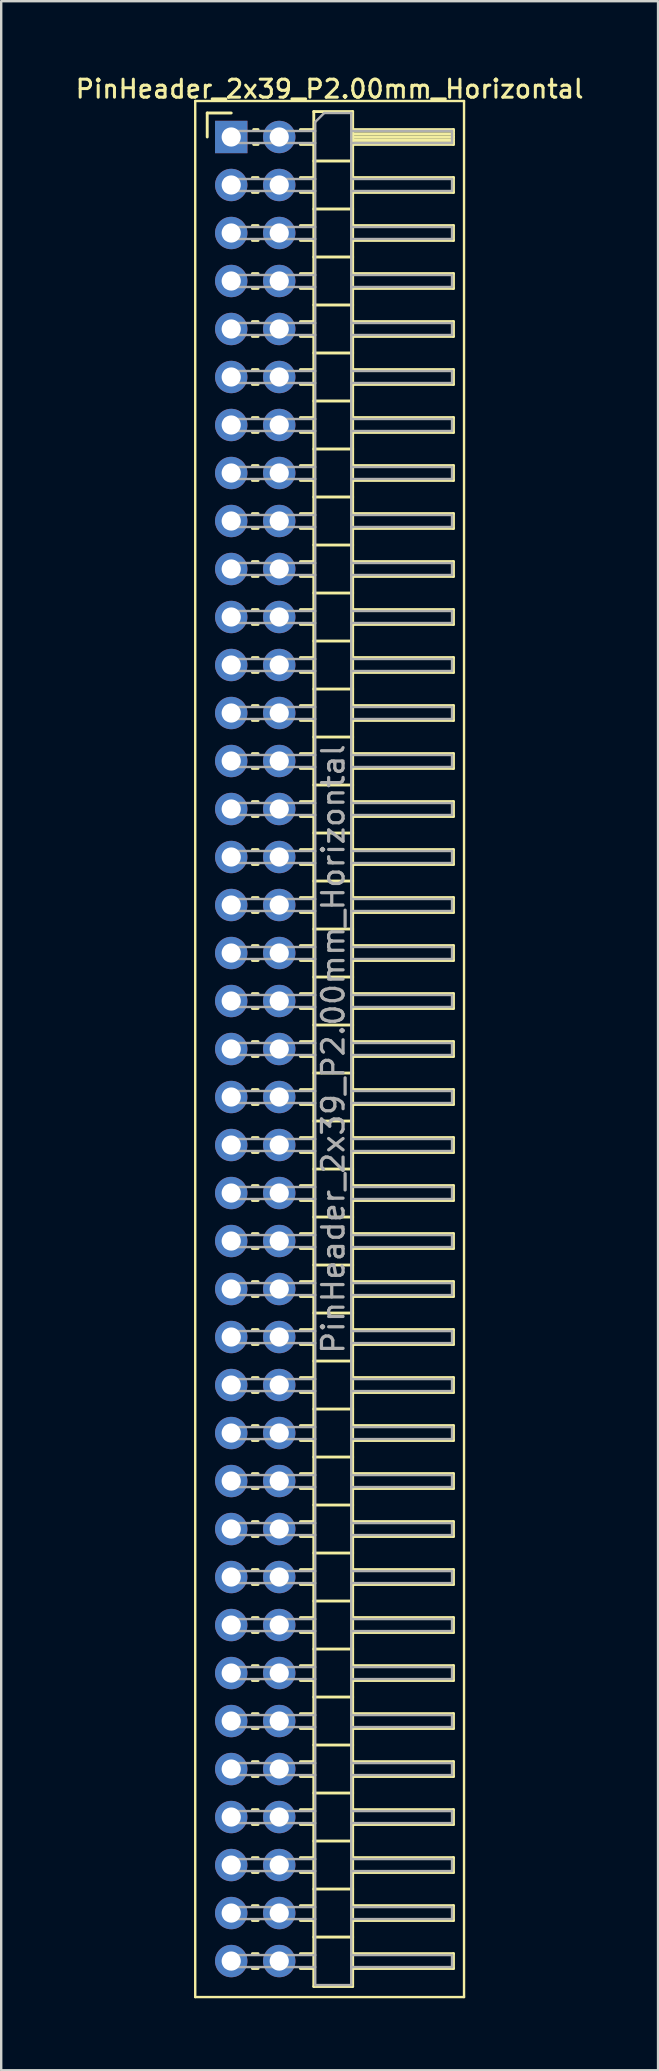
<source format=kicad_pcb>
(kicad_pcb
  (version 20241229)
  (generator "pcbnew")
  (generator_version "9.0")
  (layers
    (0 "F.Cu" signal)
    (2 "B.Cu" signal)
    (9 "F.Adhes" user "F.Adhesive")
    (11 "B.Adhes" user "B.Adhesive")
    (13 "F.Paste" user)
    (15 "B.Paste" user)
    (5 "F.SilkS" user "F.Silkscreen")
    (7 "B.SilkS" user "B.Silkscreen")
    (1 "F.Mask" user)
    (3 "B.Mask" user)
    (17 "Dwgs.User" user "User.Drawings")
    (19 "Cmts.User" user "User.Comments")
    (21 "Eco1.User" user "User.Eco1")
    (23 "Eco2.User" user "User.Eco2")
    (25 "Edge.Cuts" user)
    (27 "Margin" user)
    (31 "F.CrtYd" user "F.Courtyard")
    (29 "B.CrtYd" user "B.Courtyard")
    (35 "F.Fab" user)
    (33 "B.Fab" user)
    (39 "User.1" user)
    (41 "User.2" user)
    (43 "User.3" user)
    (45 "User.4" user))
  (footprint "PinHeader_2x39_P2.00mm_Horizontal"
    (layer "F.Cu")
    (at 6.584 2.658)
    (property "Reference" "PinHeader_2x39_P2.00mm_Horizontal" (at 4.1 -2 0) (layer "F.SilkS") (effects (font (size 0.75 0.75) (thickness 0.125))))
    (attr through_hole)
    (fp_line (start -1.5 -1.5) (end -1.5 77.5) (stroke (width 0.1) (type solid)) (layer "F.SilkS"))
    (fp_line (start -1.5 77.5) (end 9.7 77.5) (stroke (width 0.1) (type solid)) (layer "F.SilkS"))
    (fp_line (start -1 -1) (end 0 -1) (stroke (width 0.12) (type solid)) (layer "F.SilkS"))
    (fp_line (start -1 0) (end -1 -1) (stroke (width 0.12) (type solid)) (layer "F.SilkS"))
    (fp_line (start 0.882 1.69) (end 1.118 1.69) (stroke (width 0.12) (type solid)) (layer "F.SilkS"))
    (fp_line (start 0.882 2.31) (end 1.118 2.31) (stroke (width 0.12) (type solid)) (layer "F.SilkS"))
    (fp_line (start 0.882 3.69) (end 1.118 3.69) (stroke (width 0.12) (type solid)) (layer "F.SilkS"))
    (fp_line (start 0.882 4.31) (end 1.118 4.31) (stroke (width 0.12) (type solid)) (layer "F.SilkS"))
    (fp_line (start 0.882 5.69) (end 1.118 5.69) (stroke (width 0.12) (type solid)) (layer "F.SilkS"))
    (fp_line (start 0.882 6.31) (end 1.118 6.31) (stroke (width 0.12) (type solid)) (layer "F.SilkS"))
    (fp_line (start 0.882 7.69) (end 1.118 7.69) (stroke (width 0.12) (type solid)) (layer "F.SilkS"))
    (fp_line (start 0.882 8.31) (end 1.118 8.31) (stroke (width 0.12) (type solid)) (layer "F.SilkS"))
    (fp_line (start 0.882 9.69) (end 1.118 9.69) (stroke (width 0.12) (type solid)) (layer "F.SilkS"))
    (fp_line (start 0.882 10.31) (end 1.118 10.31) (stroke (width 0.12) (type solid)) (layer "F.SilkS"))
    (fp_line (start 0.882 11.69) (end 1.118 11.69) (stroke (width 0.12) (type solid)) (layer "F.SilkS"))
    (fp_line (start 0.882 12.31) (end 1.118 12.31) (stroke (width 0.12) (type solid)) (layer "F.SilkS"))
    (fp_line (start 0.882 13.69) (end 1.118 13.69) (stroke (width 0.12) (type solid)) (layer "F.SilkS"))
    (fp_line (start 0.882 14.31) (end 1.118 14.31) (stroke (width 0.12) (type solid)) (layer "F.SilkS"))
    (fp_line (start 0.882 15.69) (end 1.118 15.69) (stroke (width 0.12) (type solid)) (layer "F.SilkS"))
    (fp_line (start 0.882 16.31) (end 1.118 16.31) (stroke (width 0.12) (type solid)) (layer "F.SilkS"))
    (fp_line (start 0.882 17.69) (end 1.118 17.69) (stroke (width 0.12) (type solid)) (layer "F.SilkS"))
    (fp_line (start 0.882 18.31) (end 1.118 18.31) (stroke (width 0.12) (type solid)) (layer "F.SilkS"))
    (fp_line (start 0.882 19.69) (end 1.118 19.69) (stroke (width 0.12) (type solid)) (layer "F.SilkS"))
    (fp_line (start 0.882 20.31) (end 1.118 20.31) (stroke (width 0.12) (type solid)) (layer "F.SilkS"))
    (fp_line (start 0.882 21.69) (end 1.118 21.69) (stroke (width 0.12) (type solid)) (layer "F.SilkS"))
    (fp_line (start 0.882 22.31) (end 1.118 22.31) (stroke (width 0.12) (type solid)) (layer "F.SilkS"))
    (fp_line (start 0.882 23.69) (end 1.118 23.69) (stroke (width 0.12) (type solid)) (layer "F.SilkS"))
    (fp_line (start 0.882 24.31) (end 1.118 24.31) (stroke (width 0.12) (type solid)) (layer "F.SilkS"))
    (fp_line (start 0.882 25.69) (end 1.118 25.69) (stroke (width 0.12) (type solid)) (layer "F.SilkS"))
    (fp_line (start 0.882 26.31) (end 1.118 26.31) (stroke (width 0.12) (type solid)) (layer "F.SilkS"))
    (fp_line (start 0.882 27.69) (end 1.118 27.69) (stroke (width 0.12) (type solid)) (layer "F.SilkS"))
    (fp_line (start 0.882 28.31) (end 1.118 28.31) (stroke (width 0.12) (type solid)) (layer "F.SilkS"))
    (fp_line (start 0.882 29.69) (end 1.118 29.69) (stroke (width 0.12) (type solid)) (layer "F.SilkS"))
    (fp_line (start 0.882 30.31) (end 1.118 30.31) (stroke (width 0.12) (type solid)) (layer "F.SilkS"))
    (fp_line (start 0.882 31.69) (end 1.118 31.69) (stroke (width 0.12) (type solid)) (layer "F.SilkS"))
    (fp_line (start 0.882 32.31) (end 1.118 32.31) (stroke (width 0.12) (type solid)) (layer "F.SilkS"))
    (fp_line (start 0.882 33.69) (end 1.118 33.69) (stroke (width 0.12) (type solid)) (layer "F.SilkS"))
    (fp_line (start 0.882 34.31) (end 1.118 34.31) (stroke (width 0.12) (type solid)) (layer "F.SilkS"))
    (fp_line (start 0.882 35.69) (end 1.118 35.69) (stroke (width 0.12) (type solid)) (layer "F.SilkS"))
    (fp_line (start 0.882 36.31) (end 1.118 36.31) (stroke (width 0.12) (type solid)) (layer "F.SilkS"))
    (fp_line (start 0.882 37.69) (end 1.118 37.69) (stroke (width 0.12) (type solid)) (layer "F.SilkS"))
    (fp_line (start 0.882 38.31) (end 1.118 38.31) (stroke (width 0.12) (type solid)) (layer "F.SilkS"))
    (fp_line (start 0.882 39.69) (end 1.118 39.69) (stroke (width 0.12) (type solid)) (layer "F.SilkS"))
    (fp_line (start 0.882 40.31) (end 1.118 40.31) (stroke (width 0.12) (type solid)) (layer "F.SilkS"))
    (fp_line (start 0.882 41.69) (end 1.118 41.69) (stroke (width 0.12) (type solid)) (layer "F.SilkS"))
    (fp_line (start 0.882 42.31) (end 1.118 42.31) (stroke (width 0.12) (type solid)) (layer "F.SilkS"))
    (fp_line (start 0.882 43.69) (end 1.118 43.69) (stroke (width 0.12) (type solid)) (layer "F.SilkS"))
    (fp_line (start 0.882 44.31) (end 1.118 44.31) (stroke (width 0.12) (type solid)) (layer "F.SilkS"))
    (fp_line (start 0.882 45.69) (end 1.118 45.69) (stroke (width 0.12) (type solid)) (layer "F.SilkS"))
    (fp_line (start 0.882 46.31) (end 1.118 46.31) (stroke (width 0.12) (type solid)) (layer "F.SilkS"))
    (fp_line (start 0.882 47.69) (end 1.118 47.69) (stroke (width 0.12) (type solid)) (layer "F.SilkS"))
    (fp_line (start 0.882 48.31) (end 1.118 48.31) (stroke (width 0.12) (type solid)) (layer "F.SilkS"))
    (fp_line (start 0.882 49.69) (end 1.118 49.69) (stroke (width 0.12) (type solid)) (layer "F.SilkS"))
    (fp_line (start 0.882 50.31) (end 1.118 50.31) (stroke (width 0.12) (type solid)) (layer "F.SilkS"))
    (fp_line (start 0.882 51.69) (end 1.118 51.69) (stroke (width 0.12) (type solid)) (layer "F.SilkS"))
    (fp_line (start 0.882 52.31) (end 1.118 52.31) (stroke (width 0.12) (type solid)) (layer "F.SilkS"))
    (fp_line (start 0.882 53.69) (end 1.118 53.69) (stroke (width 0.12) (type solid)) (layer "F.SilkS"))
    (fp_line (start 0.882 54.31) (end 1.118 54.31) (stroke (width 0.12) (type solid)) (layer "F.SilkS"))
    (fp_line (start 0.882 55.69) (end 1.118 55.69) (stroke (width 0.12) (type solid)) (layer "F.SilkS"))
    (fp_line (start 0.882 56.31) (end 1.118 56.31) (stroke (width 0.12) (type solid)) (layer "F.SilkS"))
    (fp_line (start 0.882 57.69) (end 1.118 57.69) (stroke (width 0.12) (type solid)) (layer "F.SilkS"))
    (fp_line (start 0.882 58.31) (end 1.118 58.31) (stroke (width 0.12) (type solid)) (layer "F.SilkS"))
    (fp_line (start 0.882 59.69) (end 1.118 59.69) (stroke (width 0.12) (type solid)) (layer "F.SilkS"))
    (fp_line (start 0.882 60.31) (end 1.118 60.31) (stroke (width 0.12) (type solid)) (layer "F.SilkS"))
    (fp_line (start 0.882 61.69) (end 1.118 61.69) (stroke (width 0.12) (type solid)) (layer "F.SilkS"))
    (fp_line (start 0.882 62.31) (end 1.118 62.31) (stroke (width 0.12) (type solid)) (layer "F.SilkS"))
    (fp_line (start 0.882 63.69) (end 1.118 63.69) (stroke (width 0.12) (type solid)) (layer "F.SilkS"))
    (fp_line (start 0.882 64.31) (end 1.118 64.31) (stroke (width 0.12) (type solid)) (layer "F.SilkS"))
    (fp_line (start 0.882 65.69) (end 1.118 65.69) (stroke (width 0.12) (type solid)) (layer "F.SilkS"))
    (fp_line (start 0.882 66.31) (end 1.118 66.31) (stroke (width 0.12) (type solid)) (layer "F.SilkS"))
    (fp_line (start 0.882 67.69) (end 1.118 67.69) (stroke (width 0.12) (type solid)) (layer "F.SilkS"))
    (fp_line (start 0.882 68.31) (end 1.118 68.31) (stroke (width 0.12) (type solid)) (layer "F.SilkS"))
    (fp_line (start 0.882 69.69) (end 1.118 69.69) (stroke (width 0.12) (type solid)) (layer "F.SilkS"))
    (fp_line (start 0.882 70.31) (end 1.118 70.31) (stroke (width 0.12) (type solid)) (layer "F.SilkS"))
    (fp_line (start 0.882 71.69) (end 1.118 71.69) (stroke (width 0.12) (type solid)) (layer "F.SilkS"))
    (fp_line (start 0.882 72.31) (end 1.118 72.31) (stroke (width 0.12) (type solid)) (layer "F.SilkS"))
    (fp_line (start 0.882 73.69) (end 1.118 73.69) (stroke (width 0.12) (type solid)) (layer "F.SilkS"))
    (fp_line (start 0.882 74.31) (end 1.118 74.31) (stroke (width 0.12) (type solid)) (layer "F.SilkS"))
    (fp_line (start 0.882 75.69) (end 1.118 75.69) (stroke (width 0.12) (type solid)) (layer "F.SilkS"))
    (fp_line (start 0.882 76.31) (end 1.118 76.31) (stroke (width 0.12) (type solid)) (layer "F.SilkS"))
    (fp_line (start 0.935 -0.31) (end 1.118 -0.31) (stroke (width 0.12) (type solid)) (layer "F.SilkS"))
    (fp_line (start 0.935 0.31) (end 1.118 0.31) (stroke (width 0.12) (type solid)) (layer "F.SilkS"))
    (fp_line (start 2.882 -0.31) (end 3.44 -0.31) (stroke (width 0.12) (type solid)) (layer "F.SilkS"))
    (fp_line (start 2.882 0.31) (end 3.44 0.31) (stroke (width 0.12) (type solid)) (layer "F.SilkS"))
    (fp_line (start 2.882 1.69) (end 3.44 1.69) (stroke (width 0.12) (type solid)) (layer "F.SilkS"))
    (fp_line (start 2.882 2.31) (end 3.44 2.31) (stroke (width 0.12) (type solid)) (layer "F.SilkS"))
    (fp_line (start 2.882 3.69) (end 3.44 3.69) (stroke (width 0.12) (type solid)) (layer "F.SilkS"))
    (fp_line (start 2.882 4.31) (end 3.44 4.31) (stroke (width 0.12) (type solid)) (layer "F.SilkS"))
    (fp_line (start 2.882 5.69) (end 3.44 5.69) (stroke (width 0.12) (type solid)) (layer "F.SilkS"))
    (fp_line (start 2.882 6.31) (end 3.44 6.31) (stroke (width 0.12) (type solid)) (layer "F.SilkS"))
    (fp_line (start 2.882 7.69) (end 3.44 7.69) (stroke (width 0.12) (type solid)) (layer "F.SilkS"))
    (fp_line (start 2.882 8.31) (end 3.44 8.31) (stroke (width 0.12) (type solid)) (layer "F.SilkS"))
    (fp_line (start 2.882 9.69) (end 3.44 9.69) (stroke (width 0.12) (type solid)) (layer "F.SilkS"))
    (fp_line (start 2.882 10.31) (end 3.44 10.31) (stroke (width 0.12) (type solid)) (layer "F.SilkS"))
    (fp_line (start 2.882 11.69) (end 3.44 11.69) (stroke (width 0.12) (type solid)) (layer "F.SilkS"))
    (fp_line (start 2.882 12.31) (end 3.44 12.31) (stroke (width 0.12) (type solid)) (layer "F.SilkS"))
    (fp_line (start 2.882 13.69) (end 3.44 13.69) (stroke (width 0.12) (type solid)) (layer "F.SilkS"))
    (fp_line (start 2.882 14.31) (end 3.44 14.31) (stroke (width 0.12) (type solid)) (layer "F.SilkS"))
    (fp_line (start 2.882 15.69) (end 3.44 15.69) (stroke (width 0.12) (type solid)) (layer "F.SilkS"))
    (fp_line (start 2.882 16.31) (end 3.44 16.31) (stroke (width 0.12) (type solid)) (layer "F.SilkS"))
    (fp_line (start 2.882 17.69) (end 3.44 17.69) (stroke (width 0.12) (type solid)) (layer "F.SilkS"))
    (fp_line (start 2.882 18.31) (end 3.44 18.31) (stroke (width 0.12) (type solid)) (layer "F.SilkS"))
    (fp_line (start 2.882 19.69) (end 3.44 19.69) (stroke (width 0.12) (type solid)) (layer "F.SilkS"))
    (fp_line (start 2.882 20.31) (end 3.44 20.31) (stroke (width 0.12) (type solid)) (layer "F.SilkS"))
    (fp_line (start 2.882 21.69) (end 3.44 21.69) (stroke (width 0.12) (type solid)) (layer "F.SilkS"))
    (fp_line (start 2.882 22.31) (end 3.44 22.31) (stroke (width 0.12) (type solid)) (layer "F.SilkS"))
    (fp_line (start 2.882 23.69) (end 3.44 23.69) (stroke (width 0.12) (type solid)) (layer "F.SilkS"))
    (fp_line (start 2.882 24.31) (end 3.44 24.31) (stroke (width 0.12) (type solid)) (layer "F.SilkS"))
    (fp_line (start 2.882 25.69) (end 3.44 25.69) (stroke (width 0.12) (type solid)) (layer "F.SilkS"))
    (fp_line (start 2.882 26.31) (end 3.44 26.31) (stroke (width 0.12) (type solid)) (layer "F.SilkS"))
    (fp_line (start 2.882 27.69) (end 3.44 27.69) (stroke (width 0.12) (type solid)) (layer "F.SilkS"))
    (fp_line (start 2.882 28.31) (end 3.44 28.31) (stroke (width 0.12) (type solid)) (layer "F.SilkS"))
    (fp_line (start 2.882 29.69) (end 3.44 29.69) (stroke (width 0.12) (type solid)) (layer "F.SilkS"))
    (fp_line (start 2.882 30.31) (end 3.44 30.31) (stroke (width 0.12) (type solid)) (layer "F.SilkS"))
    (fp_line (start 2.882 31.69) (end 3.44 31.69) (stroke (width 0.12) (type solid)) (layer "F.SilkS"))
    (fp_line (start 2.882 32.31) (end 3.44 32.31) (stroke (width 0.12) (type solid)) (layer "F.SilkS"))
    (fp_line (start 2.882 33.69) (end 3.44 33.69) (stroke (width 0.12) (type solid)) (layer "F.SilkS"))
    (fp_line (start 2.882 34.31) (end 3.44 34.31) (stroke (width 0.12) (type solid)) (layer "F.SilkS"))
    (fp_line (start 2.882 35.69) (end 3.44 35.69) (stroke (width 0.12) (type solid)) (layer "F.SilkS"))
    (fp_line (start 2.882 36.31) (end 3.44 36.31) (stroke (width 0.12) (type solid)) (layer "F.SilkS"))
    (fp_line (start 2.882 37.69) (end 3.44 37.69) (stroke (width 0.12) (type solid)) (layer "F.SilkS"))
    (fp_line (start 2.882 38.31) (end 3.44 38.31) (stroke (width 0.12) (type solid)) (layer "F.SilkS"))
    (fp_line (start 2.882 39.69) (end 3.44 39.69) (stroke (width 0.12) (type solid)) (layer "F.SilkS"))
    (fp_line (start 2.882 40.31) (end 3.44 40.31) (stroke (width 0.12) (type solid)) (layer "F.SilkS"))
    (fp_line (start 2.882 41.69) (end 3.44 41.69) (stroke (width 0.12) (type solid)) (layer "F.SilkS"))
    (fp_line (start 2.882 42.31) (end 3.44 42.31) (stroke (width 0.12) (type solid)) (layer "F.SilkS"))
    (fp_line (start 2.882 43.69) (end 3.44 43.69) (stroke (width 0.12) (type solid)) (layer "F.SilkS"))
    (fp_line (start 2.882 44.31) (end 3.44 44.31) (stroke (width 0.12) (type solid)) (layer "F.SilkS"))
    (fp_line (start 2.882 45.69) (end 3.44 45.69) (stroke (width 0.12) (type solid)) (layer "F.SilkS"))
    (fp_line (start 2.882 46.31) (end 3.44 46.31) (stroke (width 0.12) (type solid)) (layer "F.SilkS"))
    (fp_line (start 2.882 47.69) (end 3.44 47.69) (stroke (width 0.12) (type solid)) (layer "F.SilkS"))
    (fp_line (start 2.882 48.31) (end 3.44 48.31) (stroke (width 0.12) (type solid)) (layer "F.SilkS"))
    (fp_line (start 2.882 49.69) (end 3.44 49.69) (stroke (width 0.12) (type solid)) (layer "F.SilkS"))
    (fp_line (start 2.882 50.31) (end 3.44 50.31) (stroke (width 0.12) (type solid)) (layer "F.SilkS"))
    (fp_line (start 2.882 51.69) (end 3.44 51.69) (stroke (width 0.12) (type solid)) (layer "F.SilkS"))
    (fp_line (start 2.882 52.31) (end 3.44 52.31) (stroke (width 0.12) (type solid)) (layer "F.SilkS"))
    (fp_line (start 2.882 53.69) (end 3.44 53.69) (stroke (width 0.12) (type solid)) (layer "F.SilkS"))
    (fp_line (start 2.882 54.31) (end 3.44 54.31) (stroke (width 0.12) (type solid)) (layer "F.SilkS"))
    (fp_line (start 2.882 55.69) (end 3.44 55.69) (stroke (width 0.12) (type solid)) (layer "F.SilkS"))
    (fp_line (start 2.882 56.31) (end 3.44 56.31) (stroke (width 0.12) (type solid)) (layer "F.SilkS"))
    (fp_line (start 2.882 57.69) (end 3.44 57.69) (stroke (width 0.12) (type solid)) (layer "F.SilkS"))
    (fp_line (start 2.882 58.31) (end 3.44 58.31) (stroke (width 0.12) (type solid)) (layer "F.SilkS"))
    (fp_line (start 2.882 59.69) (end 3.44 59.69) (stroke (width 0.12) (type solid)) (layer "F.SilkS"))
    (fp_line (start 2.882 60.31) (end 3.44 60.31) (stroke (width 0.12) (type solid)) (layer "F.SilkS"))
    (fp_line (start 2.882 61.69) (end 3.44 61.69) (stroke (width 0.12) (type solid)) (layer "F.SilkS"))
    (fp_line (start 2.882 62.31) (end 3.44 62.31) (stroke (width 0.12) (type solid)) (layer "F.SilkS"))
    (fp_line (start 2.882 63.69) (end 3.44 63.69) (stroke (width 0.12) (type solid)) (layer "F.SilkS"))
    (fp_line (start 2.882 64.31) (end 3.44 64.31) (stroke (width 0.12) (type solid)) (layer "F.SilkS"))
    (fp_line (start 2.882 65.69) (end 3.44 65.69) (stroke (width 0.12) (type solid)) (layer "F.SilkS"))
    (fp_line (start 2.882 66.31) (end 3.44 66.31) (stroke (width 0.12) (type solid)) (layer "F.SilkS"))
    (fp_line (start 2.882 67.69) (end 3.44 67.69) (stroke (width 0.12) (type solid)) (layer "F.SilkS"))
    (fp_line (start 2.882 68.31) (end 3.44 68.31) (stroke (width 0.12) (type solid)) (layer "F.SilkS"))
    (fp_line (start 2.882 69.69) (end 3.44 69.69) (stroke (width 0.12) (type solid)) (layer "F.SilkS"))
    (fp_line (start 2.882 70.31) (end 3.44 70.31) (stroke (width 0.12) (type solid)) (layer "F.SilkS"))
    (fp_line (start 2.882 71.69) (end 3.44 71.69) (stroke (width 0.12) (type solid)) (layer "F.SilkS"))
    (fp_line (start 2.882 72.31) (end 3.44 72.31) (stroke (width 0.12) (type solid)) (layer "F.SilkS"))
    (fp_line (start 2.882 73.69) (end 3.44 73.69) (stroke (width 0.12) (type solid)) (layer "F.SilkS"))
    (fp_line (start 2.882 74.31) (end 3.44 74.31) (stroke (width 0.12) (type solid)) (layer "F.SilkS"))
    (fp_line (start 2.882 75.69) (end 3.44 75.69) (stroke (width 0.12) (type solid)) (layer "F.SilkS"))
    (fp_line (start 2.882 76.31) (end 3.44 76.31) (stroke (width 0.12) (type solid)) (layer "F.SilkS"))
    (fp_line (start 3.44 -1.06) (end 3.44 77.06) (stroke (width 0.12) (type solid)) (layer "F.SilkS"))
    (fp_line (start 3.44 1) (end 5.06 1) (stroke (width 0.12) (type solid)) (layer "F.SilkS"))
    (fp_line (start 3.44 3) (end 5.06 3) (stroke (width 0.12) (type solid)) (layer "F.SilkS"))
    (fp_line (start 3.44 5) (end 5.06 5) (stroke (width 0.12) (type solid)) (layer "F.SilkS"))
    (fp_line (start 3.44 7) (end 5.06 7) (stroke (width 0.12) (type solid)) (layer "F.SilkS"))
    (fp_line (start 3.44 9) (end 5.06 9) (stroke (width 0.12) (type solid)) (layer "F.SilkS"))
    (fp_line (start 3.44 11) (end 5.06 11) (stroke (width 0.12) (type solid)) (layer "F.SilkS"))
    (fp_line (start 3.44 13) (end 5.06 13) (stroke (width 0.12) (type solid)) (layer "F.SilkS"))
    (fp_line (start 3.44 15) (end 5.06 15) (stroke (width 0.12) (type solid)) (layer "F.SilkS"))
    (fp_line (start 3.44 17) (end 5.06 17) (stroke (width 0.12) (type solid)) (layer "F.SilkS"))
    (fp_line (start 3.44 19) (end 5.06 19) (stroke (width 0.12) (type solid)) (layer "F.SilkS"))
    (fp_line (start 3.44 21) (end 5.06 21) (stroke (width 0.12) (type solid)) (layer "F.SilkS"))
    (fp_line (start 3.44 23) (end 5.06 23) (stroke (width 0.12) (type solid)) (layer "F.SilkS"))
    (fp_line (start 3.44 25) (end 5.06 25) (stroke (width 0.12) (type solid)) (layer "F.SilkS"))
    (fp_line (start 3.44 27) (end 5.06 27) (stroke (width 0.12) (type solid)) (layer "F.SilkS"))
    (fp_line (start 3.44 29) (end 5.06 29) (stroke (width 0.12) (type solid)) (layer "F.SilkS"))
    (fp_line (start 3.44 31) (end 5.06 31) (stroke (width 0.12) (type solid)) (layer "F.SilkS"))
    (fp_line (start 3.44 33) (end 5.06 33) (stroke (width 0.12) (type solid)) (layer "F.SilkS"))
    (fp_line (start 3.44 35) (end 5.06 35) (stroke (width 0.12) (type solid)) (layer "F.SilkS"))
    (fp_line (start 3.44 37) (end 5.06 37) (stroke (width 0.12) (type solid)) (layer "F.SilkS"))
    (fp_line (start 3.44 39) (end 5.06 39) (stroke (width 0.12) (type solid)) (layer "F.SilkS"))
    (fp_line (start 3.44 41) (end 5.06 41) (stroke (width 0.12) (type solid)) (layer "F.SilkS"))
    (fp_line (start 3.44 43) (end 5.06 43) (stroke (width 0.12) (type solid)) (layer "F.SilkS"))
    (fp_line (start 3.44 45) (end 5.06 45) (stroke (width 0.12) (type solid)) (layer "F.SilkS"))
    (fp_line (start 3.44 47) (end 5.06 47) (stroke (width 0.12) (type solid)) (layer "F.SilkS"))
    (fp_line (start 3.44 49) (end 5.06 49) (stroke (width 0.12) (type solid)) (layer "F.SilkS"))
    (fp_line (start 3.44 51) (end 5.06 51) (stroke (width 0.12) (type solid)) (layer "F.SilkS"))
    (fp_line (start 3.44 53) (end 5.06 53) (stroke (width 0.12) (type solid)) (layer "F.SilkS"))
    (fp_line (start 3.44 55) (end 5.06 55) (stroke (width 0.12) (type solid)) (layer "F.SilkS"))
    (fp_line (start 3.44 57) (end 5.06 57) (stroke (width 0.12) (type solid)) (layer "F.SilkS"))
    (fp_line (start 3.44 59) (end 5.06 59) (stroke (width 0.12) (type solid)) (layer "F.SilkS"))
    (fp_line (start 3.44 61) (end 5.06 61) (stroke (width 0.12) (type solid)) (layer "F.SilkS"))
    (fp_line (start 3.44 63) (end 5.06 63) (stroke (width 0.12) (type solid)) (layer "F.SilkS"))
    (fp_line (start 3.44 65) (end 5.06 65) (stroke (width 0.12) (type solid)) (layer "F.SilkS"))
    (fp_line (start 3.44 67) (end 5.06 67) (stroke (width 0.12) (type solid)) (layer "F.SilkS"))
    (fp_line (start 3.44 69) (end 5.06 69) (stroke (width 0.12) (type solid)) (layer "F.SilkS"))
    (fp_line (start 3.44 71) (end 5.06 71) (stroke (width 0.12) (type solid)) (layer "F.SilkS"))
    (fp_line (start 3.44 73) (end 5.06 73) (stroke (width 0.12) (type solid)) (layer "F.SilkS"))
    (fp_line (start 3.44 75) (end 5.06 75) (stroke (width 0.12) (type solid)) (layer "F.SilkS"))
    (fp_line (start 3.44 77.06) (end 5.06 77.06) (stroke (width 0.12) (type solid)) (layer "F.SilkS"))
    (fp_line (start 5.06 -1.06) (end 3.44 -1.06) (stroke (width 0.12) (type solid)) (layer "F.SilkS"))
    (fp_line (start 5.06 -0.31) (end 9.26 -0.31) (stroke (width 0.12) (type solid)) (layer "F.SilkS"))
    (fp_line (start 5.06 -0.25) (end 9.26 -0.25) (stroke (width 0.12) (type solid)) (layer "F.SilkS"))
    (fp_line (start 5.06 -0.13) (end 9.26 -0.13) (stroke (width 0.12) (type solid)) (layer "F.SilkS"))
    (fp_line (start 5.06 -0.01) (end 9.26 -0.01) (stroke (width 0.12) (type solid)) (layer "F.SilkS"))
    (fp_line (start 5.06 0.11) (end 9.26 0.11) (stroke (width 0.12) (type solid)) (layer "F.SilkS"))
    (fp_line (start 5.06 0.23) (end 9.26 0.23) (stroke (width 0.12) (type solid)) (layer "F.SilkS"))
    (fp_line (start 5.06 1.69) (end 9.26 1.69) (stroke (width 0.12) (type solid)) (layer "F.SilkS"))
    (fp_line (start 5.06 3.69) (end 9.26 3.69) (stroke (width 0.12) (type solid)) (layer "F.SilkS"))
    (fp_line (start 5.06 5.69) (end 9.26 5.69) (stroke (width 0.12) (type solid)) (layer "F.SilkS"))
    (fp_line (start 5.06 7.69) (end 9.26 7.69) (stroke (width 0.12) (type solid)) (layer "F.SilkS"))
    (fp_line (start 5.06 9.69) (end 9.26 9.69) (stroke (width 0.12) (type solid)) (layer "F.SilkS"))
    (fp_line (start 5.06 11.69) (end 9.26 11.69) (stroke (width 0.12) (type solid)) (layer "F.SilkS"))
    (fp_line (start 5.06 13.69) (end 9.26 13.69) (stroke (width 0.12) (type solid)) (layer "F.SilkS"))
    (fp_line (start 5.06 15.69) (end 9.26 15.69) (stroke (width 0.12) (type solid)) (layer "F.SilkS"))
    (fp_line (start 5.06 17.69) (end 9.26 17.69) (stroke (width 0.12) (type solid)) (layer "F.SilkS"))
    (fp_line (start 5.06 19.69) (end 9.26 19.69) (stroke (width 0.12) (type solid)) (layer "F.SilkS"))
    (fp_line (start 5.06 21.69) (end 9.26 21.69) (stroke (width 0.12) (type solid)) (layer "F.SilkS"))
    (fp_line (start 5.06 23.69) (end 9.26 23.69) (stroke (width 0.12) (type solid)) (layer "F.SilkS"))
    (fp_line (start 5.06 25.69) (end 9.26 25.69) (stroke (width 0.12) (type solid)) (layer "F.SilkS"))
    (fp_line (start 5.06 27.69) (end 9.26 27.69) (stroke (width 0.12) (type solid)) (layer "F.SilkS"))
    (fp_line (start 5.06 29.69) (end 9.26 29.69) (stroke (width 0.12) (type solid)) (layer "F.SilkS"))
    (fp_line (start 5.06 31.69) (end 9.26 31.69) (stroke (width 0.12) (type solid)) (layer "F.SilkS"))
    (fp_line (start 5.06 33.69) (end 9.26 33.69) (stroke (width 0.12) (type solid)) (layer "F.SilkS"))
    (fp_line (start 5.06 35.69) (end 9.26 35.69) (stroke (width 0.12) (type solid)) (layer "F.SilkS"))
    (fp_line (start 5.06 37.69) (end 9.26 37.69) (stroke (width 0.12) (type solid)) (layer "F.SilkS"))
    (fp_line (start 5.06 39.69) (end 9.26 39.69) (stroke (width 0.12) (type solid)) (layer "F.SilkS"))
    (fp_line (start 5.06 41.69) (end 9.26 41.69) (stroke (width 0.12) (type solid)) (layer "F.SilkS"))
    (fp_line (start 5.06 43.69) (end 9.26 43.69) (stroke (width 0.12) (type solid)) (layer "F.SilkS"))
    (fp_line (start 5.06 45.69) (end 9.26 45.69) (stroke (width 0.12) (type solid)) (layer "F.SilkS"))
    (fp_line (start 5.06 47.69) (end 9.26 47.69) (stroke (width 0.12) (type solid)) (layer "F.SilkS"))
    (fp_line (start 5.06 49.69) (end 9.26 49.69) (stroke (width 0.12) (type solid)) (layer "F.SilkS"))
    (fp_line (start 5.06 51.69) (end 9.26 51.69) (stroke (width 0.12) (type solid)) (layer "F.SilkS"))
    (fp_line (start 5.06 53.69) (end 9.26 53.69) (stroke (width 0.12) (type solid)) (layer "F.SilkS"))
    (fp_line (start 5.06 55.69) (end 9.26 55.69) (stroke (width 0.12) (type solid)) (layer "F.SilkS"))
    (fp_line (start 5.06 57.69) (end 9.26 57.69) (stroke (width 0.12) (type solid)) (layer "F.SilkS"))
    (fp_line (start 5.06 59.69) (end 9.26 59.69) (stroke (width 0.12) (type solid)) (layer "F.SilkS"))
    (fp_line (start 5.06 61.69) (end 9.26 61.69) (stroke (width 0.12) (type solid)) (layer "F.SilkS"))
    (fp_line (start 5.06 63.69) (end 9.26 63.69) (stroke (width 0.12) (type solid)) (layer "F.SilkS"))
    (fp_line (start 5.06 65.69) (end 9.26 65.69) (stroke (width 0.12) (type solid)) (layer "F.SilkS"))
    (fp_line (start 5.06 67.69) (end 9.26 67.69) (stroke (width 0.12) (type solid)) (layer "F.SilkS"))
    (fp_line (start 5.06 69.69) (end 9.26 69.69) (stroke (width 0.12) (type solid)) (layer "F.SilkS"))
    (fp_line (start 5.06 71.69) (end 9.26 71.69) (stroke (width 0.12) (type solid)) (layer "F.SilkS"))
    (fp_line (start 5.06 73.69) (end 9.26 73.69) (stroke (width 0.12) (type solid)) (layer "F.SilkS"))
    (fp_line (start 5.06 75.69) (end 9.26 75.69) (stroke (width 0.12) (type solid)) (layer "F.SilkS"))
    (fp_line (start 5.06 77.06) (end 5.06 -1.06) (stroke (width 0.12) (type solid)) (layer "F.SilkS"))
    (fp_line (start 9.26 -0.31) (end 9.26 0.31) (stroke (width 0.12) (type solid)) (layer "F.SilkS"))
    (fp_line (start 9.26 0.31) (end 5.06 0.31) (stroke (width 0.12) (type solid)) (layer "F.SilkS"))
    (fp_line (start 9.26 1.69) (end 9.26 2.31) (stroke (width 0.12) (type solid)) (layer "F.SilkS"))
    (fp_line (start 9.26 2.31) (end 5.06 2.31) (stroke (width 0.12) (type solid)) (layer "F.SilkS"))
    (fp_line (start 9.26 3.69) (end 9.26 4.31) (stroke (width 0.12) (type solid)) (layer "F.SilkS"))
    (fp_line (start 9.26 4.31) (end 5.06 4.31) (stroke (width 0.12) (type solid)) (layer "F.SilkS"))
    (fp_line (start 9.26 5.69) (end 9.26 6.31) (stroke (width 0.12) (type solid)) (layer "F.SilkS"))
    (fp_line (start 9.26 6.31) (end 5.06 6.31) (stroke (width 0.12) (type solid)) (layer "F.SilkS"))
    (fp_line (start 9.26 7.69) (end 9.26 8.31) (stroke (width 0.12) (type solid)) (layer "F.SilkS"))
    (fp_line (start 9.26 8.31) (end 5.06 8.31) (stroke (width 0.12) (type solid)) (layer "F.SilkS"))
    (fp_line (start 9.26 9.69) (end 9.26 10.31) (stroke (width 0.12) (type solid)) (layer "F.SilkS"))
    (fp_line (start 9.26 10.31) (end 5.06 10.31) (stroke (width 0.12) (type solid)) (layer "F.SilkS"))
    (fp_line (start 9.26 11.69) (end 9.26 12.31) (stroke (width 0.12) (type solid)) (layer "F.SilkS"))
    (fp_line (start 9.26 12.31) (end 5.06 12.31) (stroke (width 0.12) (type solid)) (layer "F.SilkS"))
    (fp_line (start 9.26 13.69) (end 9.26 14.31) (stroke (width 0.12) (type solid)) (layer "F.SilkS"))
    (fp_line (start 9.26 14.31) (end 5.06 14.31) (stroke (width 0.12) (type solid)) (layer "F.SilkS"))
    (fp_line (start 9.26 15.69) (end 9.26 16.31) (stroke (width 0.12) (type solid)) (layer "F.SilkS"))
    (fp_line (start 9.26 16.31) (end 5.06 16.31) (stroke (width 0.12) (type solid)) (layer "F.SilkS"))
    (fp_line (start 9.26 17.69) (end 9.26 18.31) (stroke (width 0.12) (type solid)) (layer "F.SilkS"))
    (fp_line (start 9.26 18.31) (end 5.06 18.31) (stroke (width 0.12) (type solid)) (layer "F.SilkS"))
    (fp_line (start 9.26 19.69) (end 9.26 20.31) (stroke (width 0.12) (type solid)) (layer "F.SilkS"))
    (fp_line (start 9.26 20.31) (end 5.06 20.31) (stroke (width 0.12) (type solid)) (layer "F.SilkS"))
    (fp_line (start 9.26 21.69) (end 9.26 22.31) (stroke (width 0.12) (type solid)) (layer "F.SilkS"))
    (fp_line (start 9.26 22.31) (end 5.06 22.31) (stroke (width 0.12) (type solid)) (layer "F.SilkS"))
    (fp_line (start 9.26 23.69) (end 9.26 24.31) (stroke (width 0.12) (type solid)) (layer "F.SilkS"))
    (fp_line (start 9.26 24.31) (end 5.06 24.31) (stroke (width 0.12) (type solid)) (layer "F.SilkS"))
    (fp_line (start 9.26 25.69) (end 9.26 26.31) (stroke (width 0.12) (type solid)) (layer "F.SilkS"))
    (fp_line (start 9.26 26.31) (end 5.06 26.31) (stroke (width 0.12) (type solid)) (layer "F.SilkS"))
    (fp_line (start 9.26 27.69) (end 9.26 28.31) (stroke (width 0.12) (type solid)) (layer "F.SilkS"))
    (fp_line (start 9.26 28.31) (end 5.06 28.31) (stroke (width 0.12) (type solid)) (layer "F.SilkS"))
    (fp_line (start 9.26 29.69) (end 9.26 30.31) (stroke (width 0.12) (type solid)) (layer "F.SilkS"))
    (fp_line (start 9.26 30.31) (end 5.06 30.31) (stroke (width 0.12) (type solid)) (layer "F.SilkS"))
    (fp_line (start 9.26 31.69) (end 9.26 32.31) (stroke (width 0.12) (type solid)) (layer "F.SilkS"))
    (fp_line (start 9.26 32.31) (end 5.06 32.31) (stroke (width 0.12) (type solid)) (layer "F.SilkS"))
    (fp_line (start 9.26 33.69) (end 9.26 34.31) (stroke (width 0.12) (type solid)) (layer "F.SilkS"))
    (fp_line (start 9.26 34.31) (end 5.06 34.31) (stroke (width 0.12) (type solid)) (layer "F.SilkS"))
    (fp_line (start 9.26 35.69) (end 9.26 36.31) (stroke (width 0.12) (type solid)) (layer "F.SilkS"))
    (fp_line (start 9.26 36.31) (end 5.06 36.31) (stroke (width 0.12) (type solid)) (layer "F.SilkS"))
    (fp_line (start 9.26 37.69) (end 9.26 38.31) (stroke (width 0.12) (type solid)) (layer "F.SilkS"))
    (fp_line (start 9.26 38.31) (end 5.06 38.31) (stroke (width 0.12) (type solid)) (layer "F.SilkS"))
    (fp_line (start 9.26 39.69) (end 9.26 40.31) (stroke (width 0.12) (type solid)) (layer "F.SilkS"))
    (fp_line (start 9.26 40.31) (end 5.06 40.31) (stroke (width 0.12) (type solid)) (layer "F.SilkS"))
    (fp_line (start 9.26 41.69) (end 9.26 42.31) (stroke (width 0.12) (type solid)) (layer "F.SilkS"))
    (fp_line (start 9.26 42.31) (end 5.06 42.31) (stroke (width 0.12) (type solid)) (layer "F.SilkS"))
    (fp_line (start 9.26 43.69) (end 9.26 44.31) (stroke (width 0.12) (type solid)) (layer "F.SilkS"))
    (fp_line (start 9.26 44.31) (end 5.06 44.31) (stroke (width 0.12) (type solid)) (layer "F.SilkS"))
    (fp_line (start 9.26 45.69) (end 9.26 46.31) (stroke (width 0.12) (type solid)) (layer "F.SilkS"))
    (fp_line (start 9.26 46.31) (end 5.06 46.31) (stroke (width 0.12) (type solid)) (layer "F.SilkS"))
    (fp_line (start 9.26 47.69) (end 9.26 48.31) (stroke (width 0.12) (type solid)) (layer "F.SilkS"))
    (fp_line (start 9.26 48.31) (end 5.06 48.31) (stroke (width 0.12) (type solid)) (layer "F.SilkS"))
    (fp_line (start 9.26 49.69) (end 9.26 50.31) (stroke (width 0.12) (type solid)) (layer "F.SilkS"))
    (fp_line (start 9.26 50.31) (end 5.06 50.31) (stroke (width 0.12) (type solid)) (layer "F.SilkS"))
    (fp_line (start 9.26 51.69) (end 9.26 52.31) (stroke (width 0.12) (type solid)) (layer "F.SilkS"))
    (fp_line (start 9.26 52.31) (end 5.06 52.31) (stroke (width 0.12) (type solid)) (layer "F.SilkS"))
    (fp_line (start 9.26 53.69) (end 9.26 54.31) (stroke (width 0.12) (type solid)) (layer "F.SilkS"))
    (fp_line (start 9.26 54.31) (end 5.06 54.31) (stroke (width 0.12) (type solid)) (layer "F.SilkS"))
    (fp_line (start 9.26 55.69) (end 9.26 56.31) (stroke (width 0.12) (type solid)) (layer "F.SilkS"))
    (fp_line (start 9.26 56.31) (end 5.06 56.31) (stroke (width 0.12) (type solid)) (layer "F.SilkS"))
    (fp_line (start 9.26 57.69) (end 9.26 58.31) (stroke (width 0.12) (type solid)) (layer "F.SilkS"))
    (fp_line (start 9.26 58.31) (end 5.06 58.31) (stroke (width 0.12) (type solid)) (layer "F.SilkS"))
    (fp_line (start 9.26 59.69) (end 9.26 60.31) (stroke (width 0.12) (type solid)) (layer "F.SilkS"))
    (fp_line (start 9.26 60.31) (end 5.06 60.31) (stroke (width 0.12) (type solid)) (layer "F.SilkS"))
    (fp_line (start 9.26 61.69) (end 9.26 62.31) (stroke (width 0.12) (type solid)) (layer "F.SilkS"))
    (fp_line (start 9.26 62.31) (end 5.06 62.31) (stroke (width 0.12) (type solid)) (layer "F.SilkS"))
    (fp_line (start 9.26 63.69) (end 9.26 64.31) (stroke (width 0.12) (type solid)) (layer "F.SilkS"))
    (fp_line (start 9.26 64.31) (end 5.06 64.31) (stroke (width 0.12) (type solid)) (layer "F.SilkS"))
    (fp_line (start 9.26 65.69) (end 9.26 66.31) (stroke (width 0.12) (type solid)) (layer "F.SilkS"))
    (fp_line (start 9.26 66.31) (end 5.06 66.31) (stroke (width 0.12) (type solid)) (layer "F.SilkS"))
    (fp_line (start 9.26 67.69) (end 9.26 68.31) (stroke (width 0.12) (type solid)) (layer "F.SilkS"))
    (fp_line (start 9.26 68.31) (end 5.06 68.31) (stroke (width 0.12) (type solid)) (layer "F.SilkS"))
    (fp_line (start 9.26 69.69) (end 9.26 70.31) (stroke (width 0.12) (type solid)) (layer "F.SilkS"))
    (fp_line (start 9.26 70.31) (end 5.06 70.31) (stroke (width 0.12) (type solid)) (layer "F.SilkS"))
    (fp_line (start 9.26 71.69) (end 9.26 72.31) (stroke (width 0.12) (type solid)) (layer "F.SilkS"))
    (fp_line (start 9.26 72.31) (end 5.06 72.31) (stroke (width 0.12) (type solid)) (layer "F.SilkS"))
    (fp_line (start 9.26 73.69) (end 9.26 74.31) (stroke (width 0.12) (type solid)) (layer "F.SilkS"))
    (fp_line (start 9.26 74.31) (end 5.06 74.31) (stroke (width 0.12) (type solid)) (layer "F.SilkS"))
    (fp_line (start 9.26 75.69) (end 9.26 76.31) (stroke (width 0.12) (type solid)) (layer "F.SilkS"))
    (fp_line (start 9.26 76.31) (end 5.06 76.31) (stroke (width 0.12) (type solid)) (layer "F.SilkS"))
    (fp_line (start 9.7 -1.5) (end -1.5 -1.5) (stroke (width 0.1) (type solid)) (layer "F.SilkS"))
    (fp_line (start 9.7 77.5) (end 9.7 -1.5) (stroke (width 0.1) (type solid)) (layer "F.SilkS"))
    (fp_line (start -0.25 -0.25) (end -0.25 0.25) (stroke (width 0.1) (type solid)) (layer "F.Fab"))
    (fp_line (start -0.25 -0.25) (end 3.5 -0.25) (stroke (width 0.1) (type solid)) (layer "F.Fab"))
    (fp_line (start -0.25 0.25) (end 3.5 0.25) (stroke (width 0.1) (type solid)) (layer "F.Fab"))
    (fp_line (start -0.25 1.75) (end -0.25 2.25) (stroke (width 0.1) (type solid)) (layer "F.Fab"))
    (fp_line (start -0.25 1.75) (end 3.5 1.75) (stroke (width 0.1) (type solid)) (layer "F.Fab"))
    (fp_line (start -0.25 2.25) (end 3.5 2.25) (stroke (width 0.1) (type solid)) (layer "F.Fab"))
    (fp_line (start -0.25 3.75) (end -0.25 4.25) (stroke (width 0.1) (type solid)) (layer "F.Fab"))
    (fp_line (start -0.25 3.75) (end 3.5 3.75) (stroke (width 0.1) (type solid)) (layer "F.Fab"))
    (fp_line (start -0.25 4.25) (end 3.5 4.25) (stroke (width 0.1) (type solid)) (layer "F.Fab"))
    (fp_line (start -0.25 5.75) (end -0.25 6.25) (stroke (width 0.1) (type solid)) (layer "F.Fab"))
    (fp_line (start -0.25 5.75) (end 3.5 5.75) (stroke (width 0.1) (type solid)) (layer "F.Fab"))
    (fp_line (start -0.25 6.25) (end 3.5 6.25) (stroke (width 0.1) (type solid)) (layer "F.Fab"))
    (fp_line (start -0.25 7.75) (end -0.25 8.25) (stroke (width 0.1) (type solid)) (layer "F.Fab"))
    (fp_line (start -0.25 7.75) (end 3.5 7.75) (stroke (width 0.1) (type solid)) (layer "F.Fab"))
    (fp_line (start -0.25 8.25) (end 3.5 8.25) (stroke (width 0.1) (type solid)) (layer "F.Fab"))
    (fp_line (start -0.25 9.75) (end -0.25 10.25) (stroke (width 0.1) (type solid)) (layer "F.Fab"))
    (fp_line (start -0.25 9.75) (end 3.5 9.75) (stroke (width 0.1) (type solid)) (layer "F.Fab"))
    (fp_line (start -0.25 10.25) (end 3.5 10.25) (stroke (width 0.1) (type solid)) (layer "F.Fab"))
    (fp_line (start -0.25 11.75) (end -0.25 12.25) (stroke (width 0.1) (type solid)) (layer "F.Fab"))
    (fp_line (start -0.25 11.75) (end 3.5 11.75) (stroke (width 0.1) (type solid)) (layer "F.Fab"))
    (fp_line (start -0.25 12.25) (end 3.5 12.25) (stroke (width 0.1) (type solid)) (layer "F.Fab"))
    (fp_line (start -0.25 13.75) (end -0.25 14.25) (stroke (width 0.1) (type solid)) (layer "F.Fab"))
    (fp_line (start -0.25 13.75) (end 3.5 13.75) (stroke (width 0.1) (type solid)) (layer "F.Fab"))
    (fp_line (start -0.25 14.25) (end 3.5 14.25) (stroke (width 0.1) (type solid)) (layer "F.Fab"))
    (fp_line (start -0.25 15.75) (end -0.25 16.25) (stroke (width 0.1) (type solid)) (layer "F.Fab"))
    (fp_line (start -0.25 15.75) (end 3.5 15.75) (stroke (width 0.1) (type solid)) (layer "F.Fab"))
    (fp_line (start -0.25 16.25) (end 3.5 16.25) (stroke (width 0.1) (type solid)) (layer "F.Fab"))
    (fp_line (start -0.25 17.75) (end -0.25 18.25) (stroke (width 0.1) (type solid)) (layer "F.Fab"))
    (fp_line (start -0.25 17.75) (end 3.5 17.75) (stroke (width 0.1) (type solid)) (layer "F.Fab"))
    (fp_line (start -0.25 18.25) (end 3.5 18.25) (stroke (width 0.1) (type solid)) (layer "F.Fab"))
    (fp_line (start -0.25 19.75) (end -0.25 20.25) (stroke (width 0.1) (type solid)) (layer "F.Fab"))
    (fp_line (start -0.25 19.75) (end 3.5 19.75) (stroke (width 0.1) (type solid)) (layer "F.Fab"))
    (fp_line (start -0.25 20.25) (end 3.5 20.25) (stroke (width 0.1) (type solid)) (layer "F.Fab"))
    (fp_line (start -0.25 21.75) (end -0.25 22.25) (stroke (width 0.1) (type solid)) (layer "F.Fab"))
    (fp_line (start -0.25 21.75) (end 3.5 21.75) (stroke (width 0.1) (type solid)) (layer "F.Fab"))
    (fp_line (start -0.25 22.25) (end 3.5 22.25) (stroke (width 0.1) (type solid)) (layer "F.Fab"))
    (fp_line (start -0.25 23.75) (end -0.25 24.25) (stroke (width 0.1) (type solid)) (layer "F.Fab"))
    (fp_line (start -0.25 23.75) (end 3.5 23.75) (stroke (width 0.1) (type solid)) (layer "F.Fab"))
    (fp_line (start -0.25 24.25) (end 3.5 24.25) (stroke (width 0.1) (type solid)) (layer "F.Fab"))
    (fp_line (start -0.25 25.75) (end -0.25 26.25) (stroke (width 0.1) (type solid)) (layer "F.Fab"))
    (fp_line (start -0.25 25.75) (end 3.5 25.75) (stroke (width 0.1) (type solid)) (layer "F.Fab"))
    (fp_line (start -0.25 26.25) (end 3.5 26.25) (stroke (width 0.1) (type solid)) (layer "F.Fab"))
    (fp_line (start -0.25 27.75) (end -0.25 28.25) (stroke (width 0.1) (type solid)) (layer "F.Fab"))
    (fp_line (start -0.25 27.75) (end 3.5 27.75) (stroke (width 0.1) (type solid)) (layer "F.Fab"))
    (fp_line (start -0.25 28.25) (end 3.5 28.25) (stroke (width 0.1) (type solid)) (layer "F.Fab"))
    (fp_line (start -0.25 29.75) (end -0.25 30.25) (stroke (width 0.1) (type solid)) (layer "F.Fab"))
    (fp_line (start -0.25 29.75) (end 3.5 29.75) (stroke (width 0.1) (type solid)) (layer "F.Fab"))
    (fp_line (start -0.25 30.25) (end 3.5 30.25) (stroke (width 0.1) (type solid)) (layer "F.Fab"))
    (fp_line (start -0.25 31.75) (end -0.25 32.25) (stroke (width 0.1) (type solid)) (layer "F.Fab"))
    (fp_line (start -0.25 31.75) (end 3.5 31.75) (stroke (width 0.1) (type solid)) (layer "F.Fab"))
    (fp_line (start -0.25 32.25) (end 3.5 32.25) (stroke (width 0.1) (type solid)) (layer "F.Fab"))
    (fp_line (start -0.25 33.75) (end -0.25 34.25) (stroke (width 0.1) (type solid)) (layer "F.Fab"))
    (fp_line (start -0.25 33.75) (end 3.5 33.75) (stroke (width 0.1) (type solid)) (layer "F.Fab"))
    (fp_line (start -0.25 34.25) (end 3.5 34.25) (stroke (width 0.1) (type solid)) (layer "F.Fab"))
    (fp_line (start -0.25 35.75) (end -0.25 36.25) (stroke (width 0.1) (type solid)) (layer "F.Fab"))
    (fp_line (start -0.25 35.75) (end 3.5 35.75) (stroke (width 0.1) (type solid)) (layer "F.Fab"))
    (fp_line (start -0.25 36.25) (end 3.5 36.25) (stroke (width 0.1) (type solid)) (layer "F.Fab"))
    (fp_line (start -0.25 37.75) (end -0.25 38.25) (stroke (width 0.1) (type solid)) (layer "F.Fab"))
    (fp_line (start -0.25 37.75) (end 3.5 37.75) (stroke (width 0.1) (type solid)) (layer "F.Fab"))
    (fp_line (start -0.25 38.25) (end 3.5 38.25) (stroke (width 0.1) (type solid)) (layer "F.Fab"))
    (fp_line (start -0.25 39.75) (end -0.25 40.25) (stroke (width 0.1) (type solid)) (layer "F.Fab"))
    (fp_line (start -0.25 39.75) (end 3.5 39.75) (stroke (width 0.1) (type solid)) (layer "F.Fab"))
    (fp_line (start -0.25 40.25) (end 3.5 40.25) (stroke (width 0.1) (type solid)) (layer "F.Fab"))
    (fp_line (start -0.25 41.75) (end -0.25 42.25) (stroke (width 0.1) (type solid)) (layer "F.Fab"))
    (fp_line (start -0.25 41.75) (end 3.5 41.75) (stroke (width 0.1) (type solid)) (layer "F.Fab"))
    (fp_line (start -0.25 42.25) (end 3.5 42.25) (stroke (width 0.1) (type solid)) (layer "F.Fab"))
    (fp_line (start -0.25 43.75) (end -0.25 44.25) (stroke (width 0.1) (type solid)) (layer "F.Fab"))
    (fp_line (start -0.25 43.75) (end 3.5 43.75) (stroke (width 0.1) (type solid)) (layer "F.Fab"))
    (fp_line (start -0.25 44.25) (end 3.5 44.25) (stroke (width 0.1) (type solid)) (layer "F.Fab"))
    (fp_line (start -0.25 45.75) (end -0.25 46.25) (stroke (width 0.1) (type solid)) (layer "F.Fab"))
    (fp_line (start -0.25 45.75) (end 3.5 45.75) (stroke (width 0.1) (type solid)) (layer "F.Fab"))
    (fp_line (start -0.25 46.25) (end 3.5 46.25) (stroke (width 0.1) (type solid)) (layer "F.Fab"))
    (fp_line (start -0.25 47.75) (end -0.25 48.25) (stroke (width 0.1) (type solid)) (layer "F.Fab"))
    (fp_line (start -0.25 47.75) (end 3.5 47.75) (stroke (width 0.1) (type solid)) (layer "F.Fab"))
    (fp_line (start -0.25 48.25) (end 3.5 48.25) (stroke (width 0.1) (type solid)) (layer "F.Fab"))
    (fp_line (start -0.25 49.75) (end -0.25 50.25) (stroke (width 0.1) (type solid)) (layer "F.Fab"))
    (fp_line (start -0.25 49.75) (end 3.5 49.75) (stroke (width 0.1) (type solid)) (layer "F.Fab"))
    (fp_line (start -0.25 50.25) (end 3.5 50.25) (stroke (width 0.1) (type solid)) (layer "F.Fab"))
    (fp_line (start -0.25 51.75) (end -0.25 52.25) (stroke (width 0.1) (type solid)) (layer "F.Fab"))
    (fp_line (start -0.25 51.75) (end 3.5 51.75) (stroke (width 0.1) (type solid)) (layer "F.Fab"))
    (fp_line (start -0.25 52.25) (end 3.5 52.25) (stroke (width 0.1) (type solid)) (layer "F.Fab"))
    (fp_line (start -0.25 53.75) (end -0.25 54.25) (stroke (width 0.1) (type solid)) (layer "F.Fab"))
    (fp_line (start -0.25 53.75) (end 3.5 53.75) (stroke (width 0.1) (type solid)) (layer "F.Fab"))
    (fp_line (start -0.25 54.25) (end 3.5 54.25) (stroke (width 0.1) (type solid)) (layer "F.Fab"))
    (fp_line (start -0.25 55.75) (end -0.25 56.25) (stroke (width 0.1) (type solid)) (layer "F.Fab"))
    (fp_line (start -0.25 55.75) (end 3.5 55.75) (stroke (width 0.1) (type solid)) (layer "F.Fab"))
    (fp_line (start -0.25 56.25) (end 3.5 56.25) (stroke (width 0.1) (type solid)) (layer "F.Fab"))
    (fp_line (start -0.25 57.75) (end -0.25 58.25) (stroke (width 0.1) (type solid)) (layer "F.Fab"))
    (fp_line (start -0.25 57.75) (end 3.5 57.75) (stroke (width 0.1) (type solid)) (layer "F.Fab"))
    (fp_line (start -0.25 58.25) (end 3.5 58.25) (stroke (width 0.1) (type solid)) (layer "F.Fab"))
    (fp_line (start -0.25 59.75) (end -0.25 60.25) (stroke (width 0.1) (type solid)) (layer "F.Fab"))
    (fp_line (start -0.25 59.75) (end 3.5 59.75) (stroke (width 0.1) (type solid)) (layer "F.Fab"))
    (fp_line (start -0.25 60.25) (end 3.5 60.25) (stroke (width 0.1) (type solid)) (layer "F.Fab"))
    (fp_line (start -0.25 61.75) (end -0.25 62.25) (stroke (width 0.1) (type solid)) (layer "F.Fab"))
    (fp_line (start -0.25 61.75) (end 3.5 61.75) (stroke (width 0.1) (type solid)) (layer "F.Fab"))
    (fp_line (start -0.25 62.25) (end 3.5 62.25) (stroke (width 0.1) (type solid)) (layer "F.Fab"))
    (fp_line (start -0.25 63.75) (end -0.25 64.25) (stroke (width 0.1) (type solid)) (layer "F.Fab"))
    (fp_line (start -0.25 63.75) (end 3.5 63.75) (stroke (width 0.1) (type solid)) (layer "F.Fab"))
    (fp_line (start -0.25 64.25) (end 3.5 64.25) (stroke (width 0.1) (type solid)) (layer "F.Fab"))
    (fp_line (start -0.25 65.75) (end -0.25 66.25) (stroke (width 0.1) (type solid)) (layer "F.Fab"))
    (fp_line (start -0.25 65.75) (end 3.5 65.75) (stroke (width 0.1) (type solid)) (layer "F.Fab"))
    (fp_line (start -0.25 66.25) (end 3.5 66.25) (stroke (width 0.1) (type solid)) (layer "F.Fab"))
    (fp_line (start -0.25 67.75) (end -0.25 68.25) (stroke (width 0.1) (type solid)) (layer "F.Fab"))
    (fp_line (start -0.25 67.75) (end 3.5 67.75) (stroke (width 0.1) (type solid)) (layer "F.Fab"))
    (fp_line (start -0.25 68.25) (end 3.5 68.25) (stroke (width 0.1) (type solid)) (layer "F.Fab"))
    (fp_line (start -0.25 69.75) (end -0.25 70.25) (stroke (width 0.1) (type solid)) (layer "F.Fab"))
    (fp_line (start -0.25 69.75) (end 3.5 69.75) (stroke (width 0.1) (type solid)) (layer "F.Fab"))
    (fp_line (start -0.25 70.25) (end 3.5 70.25) (stroke (width 0.1) (type solid)) (layer "F.Fab"))
    (fp_line (start -0.25 71.75) (end -0.25 72.25) (stroke (width 0.1) (type solid)) (layer "F.Fab"))
    (fp_line (start -0.25 71.75) (end 3.5 71.75) (stroke (width 0.1) (type solid)) (layer "F.Fab"))
    (fp_line (start -0.25 72.25) (end 3.5 72.25) (stroke (width 0.1) (type solid)) (layer "F.Fab"))
    (fp_line (start -0.25 73.75) (end -0.25 74.25) (stroke (width 0.1) (type solid)) (layer "F.Fab"))
    (fp_line (start -0.25 73.75) (end 3.5 73.75) (stroke (width 0.1) (type solid)) (layer "F.Fab"))
    (fp_line (start -0.25 74.25) (end 3.5 74.25) (stroke (width 0.1) (type solid)) (layer "F.Fab"))
    (fp_line (start -0.25 75.75) (end -0.25 76.25) (stroke (width 0.1) (type solid)) (layer "F.Fab"))
    (fp_line (start -0.25 75.75) (end 3.5 75.75) (stroke (width 0.1) (type solid)) (layer "F.Fab"))
    (fp_line (start -0.25 76.25) (end 3.5 76.25) (stroke (width 0.1) (type solid)) (layer "F.Fab"))
    (fp_line (start 3.5 -0.625) (end 3.875 -1) (stroke (width 0.1) (type solid)) (layer "F.Fab"))
    (fp_line (start 3.5 77) (end 3.5 -0.625) (stroke (width 0.1) (type solid)) (layer "F.Fab"))
    (fp_line (start 3.875 -1) (end 5 -1) (stroke (width 0.1) (type solid)) (layer "F.Fab"))
    (fp_line (start 5 -1) (end 5 77) (stroke (width 0.1) (type solid)) (layer "F.Fab"))
    (fp_line (start 5 -0.25) (end 9.2 -0.25) (stroke (width 0.1) (type solid)) (layer "F.Fab"))
    (fp_line (start 5 0.25) (end 9.2 0.25) (stroke (width 0.1) (type solid)) (layer "F.Fab"))
    (fp_line (start 5 1.75) (end 9.2 1.75) (stroke (width 0.1) (type solid)) (layer "F.Fab"))
    (fp_line (start 5 2.25) (end 9.2 2.25) (stroke (width 0.1) (type solid)) (layer "F.Fab"))
    (fp_line (start 5 3.75) (end 9.2 3.75) (stroke (width 0.1) (type solid)) (layer "F.Fab"))
    (fp_line (start 5 4.25) (end 9.2 4.25) (stroke (width 0.1) (type solid)) (layer "F.Fab"))
    (fp_line (start 5 5.75) (end 9.2 5.75) (stroke (width 0.1) (type solid)) (layer "F.Fab"))
    (fp_line (start 5 6.25) (end 9.2 6.25) (stroke (width 0.1) (type solid)) (layer "F.Fab"))
    (fp_line (start 5 7.75) (end 9.2 7.75) (stroke (width 0.1) (type solid)) (layer "F.Fab"))
    (fp_line (start 5 8.25) (end 9.2 8.25) (stroke (width 0.1) (type solid)) (layer "F.Fab"))
    (fp_line (start 5 9.75) (end 9.2 9.75) (stroke (width 0.1) (type solid)) (layer "F.Fab"))
    (fp_line (start 5 10.25) (end 9.2 10.25) (stroke (width 0.1) (type solid)) (layer "F.Fab"))
    (fp_line (start 5 11.75) (end 9.2 11.75) (stroke (width 0.1) (type solid)) (layer "F.Fab"))
    (fp_line (start 5 12.25) (end 9.2 12.25) (stroke (width 0.1) (type solid)) (layer "F.Fab"))
    (fp_line (start 5 13.75) (end 9.2 13.75) (stroke (width 0.1) (type solid)) (layer "F.Fab"))
    (fp_line (start 5 14.25) (end 9.2 14.25) (stroke (width 0.1) (type solid)) (layer "F.Fab"))
    (fp_line (start 5 15.75) (end 9.2 15.75) (stroke (width 0.1) (type solid)) (layer "F.Fab"))
    (fp_line (start 5 16.25) (end 9.2 16.25) (stroke (width 0.1) (type solid)) (layer "F.Fab"))
    (fp_line (start 5 17.75) (end 9.2 17.75) (stroke (width 0.1) (type solid)) (layer "F.Fab"))
    (fp_line (start 5 18.25) (end 9.2 18.25) (stroke (width 0.1) (type solid)) (layer "F.Fab"))
    (fp_line (start 5 19.75) (end 9.2 19.75) (stroke (width 0.1) (type solid)) (layer "F.Fab"))
    (fp_line (start 5 20.25) (end 9.2 20.25) (stroke (width 0.1) (type solid)) (layer "F.Fab"))
    (fp_line (start 5 21.75) (end 9.2 21.75) (stroke (width 0.1) (type solid)) (layer "F.Fab"))
    (fp_line (start 5 22.25) (end 9.2 22.25) (stroke (width 0.1) (type solid)) (layer "F.Fab"))
    (fp_line (start 5 23.75) (end 9.2 23.75) (stroke (width 0.1) (type solid)) (layer "F.Fab"))
    (fp_line (start 5 24.25) (end 9.2 24.25) (stroke (width 0.1) (type solid)) (layer "F.Fab"))
    (fp_line (start 5 25.75) (end 9.2 25.75) (stroke (width 0.1) (type solid)) (layer "F.Fab"))
    (fp_line (start 5 26.25) (end 9.2 26.25) (stroke (width 0.1) (type solid)) (layer "F.Fab"))
    (fp_line (start 5 27.75) (end 9.2 27.75) (stroke (width 0.1) (type solid)) (layer "F.Fab"))
    (fp_line (start 5 28.25) (end 9.2 28.25) (stroke (width 0.1) (type solid)) (layer "F.Fab"))
    (fp_line (start 5 29.75) (end 9.2 29.75) (stroke (width 0.1) (type solid)) (layer "F.Fab"))
    (fp_line (start 5 30.25) (end 9.2 30.25) (stroke (width 0.1) (type solid)) (layer "F.Fab"))
    (fp_line (start 5 31.75) (end 9.2 31.75) (stroke (width 0.1) (type solid)) (layer "F.Fab"))
    (fp_line (start 5 32.25) (end 9.2 32.25) (stroke (width 0.1) (type solid)) (layer "F.Fab"))
    (fp_line (start 5 33.75) (end 9.2 33.75) (stroke (width 0.1) (type solid)) (layer "F.Fab"))
    (fp_line (start 5 34.25) (end 9.2 34.25) (stroke (width 0.1) (type solid)) (layer "F.Fab"))
    (fp_line (start 5 35.75) (end 9.2 35.75) (stroke (width 0.1) (type solid)) (layer "F.Fab"))
    (fp_line (start 5 36.25) (end 9.2 36.25) (stroke (width 0.1) (type solid)) (layer "F.Fab"))
    (fp_line (start 5 37.75) (end 9.2 37.75) (stroke (width 0.1) (type solid)) (layer "F.Fab"))
    (fp_line (start 5 38.25) (end 9.2 38.25) (stroke (width 0.1) (type solid)) (layer "F.Fab"))
    (fp_line (start 5 39.75) (end 9.2 39.75) (stroke (width 0.1) (type solid)) (layer "F.Fab"))
    (fp_line (start 5 40.25) (end 9.2 40.25) (stroke (width 0.1) (type solid)) (layer "F.Fab"))
    (fp_line (start 5 41.75) (end 9.2 41.75) (stroke (width 0.1) (type solid)) (layer "F.Fab"))
    (fp_line (start 5 42.25) (end 9.2 42.25) (stroke (width 0.1) (type solid)) (layer "F.Fab"))
    (fp_line (start 5 43.75) (end 9.2 43.75) (stroke (width 0.1) (type solid)) (layer "F.Fab"))
    (fp_line (start 5 44.25) (end 9.2 44.25) (stroke (width 0.1) (type solid)) (layer "F.Fab"))
    (fp_line (start 5 45.75) (end 9.2 45.75) (stroke (width 0.1) (type solid)) (layer "F.Fab"))
    (fp_line (start 5 46.25) (end 9.2 46.25) (stroke (width 0.1) (type solid)) (layer "F.Fab"))
    (fp_line (start 5 47.75) (end 9.2 47.75) (stroke (width 0.1) (type solid)) (layer "F.Fab"))
    (fp_line (start 5 48.25) (end 9.2 48.25) (stroke (width 0.1) (type solid)) (layer "F.Fab"))
    (fp_line (start 5 49.75) (end 9.2 49.75) (stroke (width 0.1) (type solid)) (layer "F.Fab"))
    (fp_line (start 5 50.25) (end 9.2 50.25) (stroke (width 0.1) (type solid)) (layer "F.Fab"))
    (fp_line (start 5 51.75) (end 9.2 51.75) (stroke (width 0.1) (type solid)) (layer "F.Fab"))
    (fp_line (start 5 52.25) (end 9.2 52.25) (stroke (width 0.1) (type solid)) (layer "F.Fab"))
    (fp_line (start 5 53.75) (end 9.2 53.75) (stroke (width 0.1) (type solid)) (layer "F.Fab"))
    (fp_line (start 5 54.25) (end 9.2 54.25) (stroke (width 0.1) (type solid)) (layer "F.Fab"))
    (fp_line (start 5 55.75) (end 9.2 55.75) (stroke (width 0.1) (type solid)) (layer "F.Fab"))
    (fp_line (start 5 56.25) (end 9.2 56.25) (stroke (width 0.1) (type solid)) (layer "F.Fab"))
    (fp_line (start 5 57.75) (end 9.2 57.75) (stroke (width 0.1) (type solid)) (layer "F.Fab"))
    (fp_line (start 5 58.25) (end 9.2 58.25) (stroke (width 0.1) (type solid)) (layer "F.Fab"))
    (fp_line (start 5 59.75) (end 9.2 59.75) (stroke (width 0.1) (type solid)) (layer "F.Fab"))
    (fp_line (start 5 60.25) (end 9.2 60.25) (stroke (width 0.1) (type solid)) (layer "F.Fab"))
    (fp_line (start 5 61.75) (end 9.2 61.75) (stroke (width 0.1) (type solid)) (layer "F.Fab"))
    (fp_line (start 5 62.25) (end 9.2 62.25) (stroke (width 0.1) (type solid)) (layer "F.Fab"))
    (fp_line (start 5 63.75) (end 9.2 63.75) (stroke (width 0.1) (type solid)) (layer "F.Fab"))
    (fp_line (start 5 64.25) (end 9.2 64.25) (stroke (width 0.1) (type solid)) (layer "F.Fab"))
    (fp_line (start 5 65.75) (end 9.2 65.75) (stroke (width 0.1) (type solid)) (layer "F.Fab"))
    (fp_line (start 5 66.25) (end 9.2 66.25) (stroke (width 0.1) (type solid)) (layer "F.Fab"))
    (fp_line (start 5 67.75) (end 9.2 67.75) (stroke (width 0.1) (type solid)) (layer "F.Fab"))
    (fp_line (start 5 68.25) (end 9.2 68.25) (stroke (width 0.1) (type solid)) (layer "F.Fab"))
    (fp_line (start 5 69.75) (end 9.2 69.75) (stroke (width 0.1) (type solid)) (layer "F.Fab"))
    (fp_line (start 5 70.25) (end 9.2 70.25) (stroke (width 0.1) (type solid)) (layer "F.Fab"))
    (fp_line (start 5 71.75) (end 9.2 71.75) (stroke (width 0.1) (type solid)) (layer "F.Fab"))
    (fp_line (start 5 72.25) (end 9.2 72.25) (stroke (width 0.1) (type solid)) (layer "F.Fab"))
    (fp_line (start 5 73.75) (end 9.2 73.75) (stroke (width 0.1) (type solid)) (layer "F.Fab"))
    (fp_line (start 5 74.25) (end 9.2 74.25) (stroke (width 0.1) (type solid)) (layer "F.Fab"))
    (fp_line (start 5 75.75) (end 9.2 75.75) (stroke (width 0.1) (type solid)) (layer "F.Fab"))
    (fp_line (start 5 76.25) (end 9.2 76.25) (stroke (width 0.1) (type solid)) (layer "F.Fab"))
    (fp_line (start 5 77) (end 3.5 77) (stroke (width 0.1) (type solid)) (layer "F.Fab"))
    (fp_line (start 9.2 -0.25) (end 9.2 0.25) (stroke (width 0.1) (type solid)) (layer "F.Fab"))
    (fp_line (start 9.2 1.75) (end 9.2 2.25) (stroke (width 0.1) (type solid)) (layer "F.Fab"))
    (fp_line (start 9.2 3.75) (end 9.2 4.25) (stroke (width 0.1) (type solid)) (layer "F.Fab"))
    (fp_line (start 9.2 5.75) (end 9.2 6.25) (stroke (width 0.1) (type solid)) (layer "F.Fab"))
    (fp_line (start 9.2 7.75) (end 9.2 8.25) (stroke (width 0.1) (type solid)) (layer "F.Fab"))
    (fp_line (start 9.2 9.75) (end 9.2 10.25) (stroke (width 0.1) (type solid)) (layer "F.Fab"))
    (fp_line (start 9.2 11.75) (end 9.2 12.25) (stroke (width 0.1) (type solid)) (layer "F.Fab"))
    (fp_line (start 9.2 13.75) (end 9.2 14.25) (stroke (width 0.1) (type solid)) (layer "F.Fab"))
    (fp_line (start 9.2 15.75) (end 9.2 16.25) (stroke (width 0.1) (type solid)) (layer "F.Fab"))
    (fp_line (start 9.2 17.75) (end 9.2 18.25) (stroke (width 0.1) (type solid)) (layer "F.Fab"))
    (fp_line (start 9.2 19.75) (end 9.2 20.25) (stroke (width 0.1) (type solid)) (layer "F.Fab"))
    (fp_line (start 9.2 21.75) (end 9.2 22.25) (stroke (width 0.1) (type solid)) (layer "F.Fab"))
    (fp_line (start 9.2 23.75) (end 9.2 24.25) (stroke (width 0.1) (type solid)) (layer "F.Fab"))
    (fp_line (start 9.2 25.75) (end 9.2 26.25) (stroke (width 0.1) (type solid)) (layer "F.Fab"))
    (fp_line (start 9.2 27.75) (end 9.2 28.25) (stroke (width 0.1) (type solid)) (layer "F.Fab"))
    (fp_line (start 9.2 29.75) (end 9.2 30.25) (stroke (width 0.1) (type solid)) (layer "F.Fab"))
    (fp_line (start 9.2 31.75) (end 9.2 32.25) (stroke (width 0.1) (type solid)) (layer "F.Fab"))
    (fp_line (start 9.2 33.75) (end 9.2 34.25) (stroke (width 0.1) (type solid)) (layer "F.Fab"))
    (fp_line (start 9.2 35.75) (end 9.2 36.25) (stroke (width 0.1) (type solid)) (layer "F.Fab"))
    (fp_line (start 9.2 37.75) (end 9.2 38.25) (stroke (width 0.1) (type solid)) (layer "F.Fab"))
    (fp_line (start 9.2 39.75) (end 9.2 40.25) (stroke (width 0.1) (type solid)) (layer "F.Fab"))
    (fp_line (start 9.2 41.75) (end 9.2 42.25) (stroke (width 0.1) (type solid)) (layer "F.Fab"))
    (fp_line (start 9.2 43.75) (end 9.2 44.25) (stroke (width 0.1) (type solid)) (layer "F.Fab"))
    (fp_line (start 9.2 45.75) (end 9.2 46.25) (stroke (width 0.1) (type solid)) (layer "F.Fab"))
    (fp_line (start 9.2 47.75) (end 9.2 48.25) (stroke (width 0.1) (type solid)) (layer "F.Fab"))
    (fp_line (start 9.2 49.75) (end 9.2 50.25) (stroke (width 0.1) (type solid)) (layer "F.Fab"))
    (fp_line (start 9.2 51.75) (end 9.2 52.25) (stroke (width 0.1) (type solid)) (layer "F.Fab"))
    (fp_line (start 9.2 53.75) (end 9.2 54.25) (stroke (width 0.1) (type solid)) (layer "F.Fab"))
    (fp_line (start 9.2 55.75) (end 9.2 56.25) (stroke (width 0.1) (type solid)) (layer "F.Fab"))
    (fp_line (start 9.2 57.75) (end 9.2 58.25) (stroke (width 0.1) (type solid)) (layer "F.Fab"))
    (fp_line (start 9.2 59.75) (end 9.2 60.25) (stroke (width 0.1) (type solid)) (layer "F.Fab"))
    (fp_line (start 9.2 61.75) (end 9.2 62.25) (stroke (width 0.1) (type solid)) (layer "F.Fab"))
    (fp_line (start 9.2 63.75) (end 9.2 64.25) (stroke (width 0.1) (type solid)) (layer "F.Fab"))
    (fp_line (start 9.2 65.75) (end 9.2 66.25) (stroke (width 0.1) (type solid)) (layer "F.Fab"))
    (fp_line (start 9.2 67.75) (end 9.2 68.25) (stroke (width 0.1) (type solid)) (layer "F.Fab"))
    (fp_line (start 9.2 69.75) (end 9.2 70.25) (stroke (width 0.1) (type solid)) (layer "F.Fab"))
    (fp_line (start 9.2 71.75) (end 9.2 72.25) (stroke (width 0.1) (type solid)) (layer "F.Fab"))
    (fp_line (start 9.2 73.75) (end 9.2 74.25) (stroke (width 0.1) (type solid)) (layer "F.Fab"))
    (fp_line (start 9.2 75.75) (end 9.2 76.25) (stroke (width 0.1) (type solid)) (layer "F.Fab"))
    (fp_text user "${REFERENCE}" (at 4.25 38 90) (layer "F.Fab") (effects (font (size 0.9 0.9) (thickness 0.135))))
    (pad "1" thru_hole rect (at 0 0) (size 1.35 1.35) (drill 0.8) (layers "*.Cu" "*.Mask"))
    (pad "2" thru_hole oval (at 2 0) (size 1.35 1.35) (drill 0.8) (layers "*.Cu" "*.Mask"))
    (pad "3" thru_hole oval (at 0 2) (size 1.35 1.35) (drill 0.8) (layers "*.Cu" "*.Mask"))
    (pad "4" thru_hole oval (at 2 2) (size 1.35 1.35) (drill 0.8) (layers "*.Cu" "*.Mask"))
    (pad "5" thru_hole oval (at 0 4) (size 1.35 1.35) (drill 0.8) (layers "*.Cu" "*.Mask"))
    (pad "6" thru_hole oval (at 2 4) (size 1.35 1.35) (drill 0.8) (layers "*.Cu" "*.Mask"))
    (pad "7" thru_hole oval (at 0 6) (size 1.35 1.35) (drill 0.8) (layers "*.Cu" "*.Mask"))
    (pad "8" thru_hole oval (at 2 6) (size 1.35 1.35) (drill 0.8) (layers "*.Cu" "*.Mask"))
    (pad "9" thru_hole oval (at 0 8) (size 1.35 1.35) (drill 0.8) (layers "*.Cu" "*.Mask"))
    (pad "10" thru_hole oval (at 2 8) (size 1.35 1.35) (drill 0.8) (layers "*.Cu" "*.Mask"))
    (pad "11" thru_hole oval (at 0 10) (size 1.35 1.35) (drill 0.8) (layers "*.Cu" "*.Mask"))
    (pad "12" thru_hole oval (at 2 10) (size 1.35 1.35) (drill 0.8) (layers "*.Cu" "*.Mask"))
    (pad "13" thru_hole oval (at 0 12) (size 1.35 1.35) (drill 0.8) (layers "*.Cu" "*.Mask"))
    (pad "14" thru_hole oval (at 2 12) (size 1.35 1.35) (drill 0.8) (layers "*.Cu" "*.Mask"))
    (pad "15" thru_hole oval (at 0 14) (size 1.35 1.35) (drill 0.8) (layers "*.Cu" "*.Mask"))
    (pad "16" thru_hole oval (at 2 14) (size 1.35 1.35) (drill 0.8) (layers "*.Cu" "*.Mask"))
    (pad "17" thru_hole oval (at 0 16) (size 1.35 1.35) (drill 0.8) (layers "*.Cu" "*.Mask"))
    (pad "18" thru_hole oval (at 2 16) (size 1.35 1.35) (drill 0.8) (layers "*.Cu" "*.Mask"))
    (pad "19" thru_hole oval (at 0 18) (size 1.35 1.35) (drill 0.8) (layers "*.Cu" "*.Mask"))
    (pad "20" thru_hole oval (at 2 18) (size 1.35 1.35) (drill 0.8) (layers "*.Cu" "*.Mask"))
    (pad "21" thru_hole oval (at 0 20) (size 1.35 1.35) (drill 0.8) (layers "*.Cu" "*.Mask"))
    (pad "22" thru_hole oval (at 2 20) (size 1.35 1.35) (drill 0.8) (layers "*.Cu" "*.Mask"))
    (pad "23" thru_hole oval (at 0 22) (size 1.35 1.35) (drill 0.8) (layers "*.Cu" "*.Mask"))
    (pad "24" thru_hole oval (at 2 22) (size 1.35 1.35) (drill 0.8) (layers "*.Cu" "*.Mask"))
    (pad "25" thru_hole oval (at 0 24) (size 1.35 1.35) (drill 0.8) (layers "*.Cu" "*.Mask"))
    (pad "26" thru_hole oval (at 2 24) (size 1.35 1.35) (drill 0.8) (layers "*.Cu" "*.Mask"))
    (pad "27" thru_hole oval (at 0 26) (size 1.35 1.35) (drill 0.8) (layers "*.Cu" "*.Mask"))
    (pad "28" thru_hole oval (at 2 26) (size 1.35 1.35) (drill 0.8) (layers "*.Cu" "*.Mask"))
    (pad "29" thru_hole oval (at 0 28) (size 1.35 1.35) (drill 0.8) (layers "*.Cu" "*.Mask"))
    (pad "30" thru_hole oval (at 2 28) (size 1.35 1.35) (drill 0.8) (layers "*.Cu" "*.Mask"))
    (pad "31" thru_hole oval (at 0 30) (size 1.35 1.35) (drill 0.8) (layers "*.Cu" "*.Mask"))
    (pad "32" thru_hole oval (at 2 30) (size 1.35 1.35) (drill 0.8) (layers "*.Cu" "*.Mask"))
    (pad "33" thru_hole oval (at 0 32) (size 1.35 1.35) (drill 0.8) (layers "*.Cu" "*.Mask"))
    (pad "34" thru_hole oval (at 2 32) (size 1.35 1.35) (drill 0.8) (layers "*.Cu" "*.Mask"))
    (pad "35" thru_hole oval (at 0 34) (size 1.35 1.35) (drill 0.8) (layers "*.Cu" "*.Mask"))
    (pad "36" thru_hole oval (at 2 34) (size 1.35 1.35) (drill 0.8) (layers "*.Cu" "*.Mask"))
    (pad "37" thru_hole oval (at 0 36) (size 1.35 1.35) (drill 0.8) (layers "*.Cu" "*.Mask"))
    (pad "38" thru_hole oval (at 2 36) (size 1.35 1.35) (drill 0.8) (layers "*.Cu" "*.Mask"))
    (pad "39" thru_hole oval (at 0 38) (size 1.35 1.35) (drill 0.8) (layers "*.Cu" "*.Mask"))
    (pad "40" thru_hole oval (at 2 38) (size 1.35 1.35) (drill 0.8) (layers "*.Cu" "*.Mask"))
    (pad "41" thru_hole oval (at 0 40) (size 1.35 1.35) (drill 0.8) (layers "*.Cu" "*.Mask"))
    (pad "42" thru_hole oval (at 2 40) (size 1.35 1.35) (drill 0.8) (layers "*.Cu" "*.Mask"))
    (pad "43" thru_hole oval (at 0 42) (size 1.35 1.35) (drill 0.8) (layers "*.Cu" "*.Mask"))
    (pad "44" thru_hole oval (at 2 42) (size 1.35 1.35) (drill 0.8) (layers "*.Cu" "*.Mask"))
    (pad "45" thru_hole oval (at 0 44) (size 1.35 1.35) (drill 0.8) (layers "*.Cu" "*.Mask"))
    (pad "46" thru_hole oval (at 2 44) (size 1.35 1.35) (drill 0.8) (layers "*.Cu" "*.Mask"))
    (pad "47" thru_hole oval (at 0 46) (size 1.35 1.35) (drill 0.8) (layers "*.Cu" "*.Mask"))
    (pad "48" thru_hole oval (at 2 46) (size 1.35 1.35) (drill 0.8) (layers "*.Cu" "*.Mask"))
    (pad "49" thru_hole oval (at 0 48) (size 1.35 1.35) (drill 0.8) (layers "*.Cu" "*.Mask"))
    (pad "50" thru_hole oval (at 2 48) (size 1.35 1.35) (drill 0.8) (layers "*.Cu" "*.Mask"))
    (pad "51" thru_hole oval (at 0 50) (size 1.35 1.35) (drill 0.8) (layers "*.Cu" "*.Mask"))
    (pad "52" thru_hole oval (at 2 50) (size 1.35 1.35) (drill 0.8) (layers "*.Cu" "*.Mask"))
    (pad "53" thru_hole oval (at 0 52) (size 1.35 1.35) (drill 0.8) (layers "*.Cu" "*.Mask"))
    (pad "54" thru_hole oval (at 2 52) (size 1.35 1.35) (drill 0.8) (layers "*.Cu" "*.Mask"))
    (pad "55" thru_hole oval (at 0 54) (size 1.35 1.35) (drill 0.8) (layers "*.Cu" "*.Mask"))
    (pad "56" thru_hole oval (at 2 54) (size 1.35 1.35) (drill 0.8) (layers "*.Cu" "*.Mask"))
    (pad "57" thru_hole oval (at 0 56) (size 1.35 1.35) (drill 0.8) (layers "*.Cu" "*.Mask"))
    (pad "58" thru_hole oval (at 2 56) (size 1.35 1.35) (drill 0.8) (layers "*.Cu" "*.Mask"))
    (pad "59" thru_hole oval (at 0 58) (size 1.35 1.35) (drill 0.8) (layers "*.Cu" "*.Mask"))
    (pad "60" thru_hole oval (at 2 58) (size 1.35 1.35) (drill 0.8) (layers "*.Cu" "*.Mask"))
    (pad "61" thru_hole oval (at 0 60) (size 1.35 1.35) (drill 0.8) (layers "*.Cu" "*.Mask"))
    (pad "62" thru_hole oval (at 2 60) (size 1.35 1.35) (drill 0.8) (layers "*.Cu" "*.Mask"))
    (pad "63" thru_hole oval (at 0 62) (size 1.35 1.35) (drill 0.8) (layers "*.Cu" "*.Mask"))
    (pad "64" thru_hole oval (at 2 62) (size 1.35 1.35) (drill 0.8) (layers "*.Cu" "*.Mask"))
    (pad "65" thru_hole oval (at 0 64) (size 1.35 1.35) (drill 0.8) (layers "*.Cu" "*.Mask"))
    (pad "66" thru_hole oval (at 2 64) (size 1.35 1.35) (drill 0.8) (layers "*.Cu" "*.Mask"))
    (pad "67" thru_hole oval (at 0 66) (size 1.35 1.35) (drill 0.8) (layers "*.Cu" "*.Mask"))
    (pad "68" thru_hole oval (at 2 66) (size 1.35 1.35) (drill 0.8) (layers "*.Cu" "*.Mask"))
    (pad "69" thru_hole oval (at 0 68) (size 1.35 1.35) (drill 0.8) (layers "*.Cu" "*.Mask"))
    (pad "70" thru_hole oval (at 2 68) (size 1.35 1.35) (drill 0.8) (layers "*.Cu" "*.Mask"))
    (pad "71" thru_hole oval (at 0 70) (size 1.35 1.35) (drill 0.8) (layers "*.Cu" "*.Mask"))
    (pad "72" thru_hole oval (at 2 70) (size 1.35 1.35) (drill 0.8) (layers "*.Cu" "*.Mask"))
    (pad "73" thru_hole oval (at 0 72) (size 1.35 1.35) (drill 0.8) (layers "*.Cu" "*.Mask"))
    (pad "74" thru_hole oval (at 2 72) (size 1.35 1.35) (drill 0.8) (layers "*.Cu" "*.Mask"))
    (pad "75" thru_hole oval (at 0 74) (size 1.35 1.35) (drill 0.8) (layers "*.Cu" "*.Mask"))
    (pad "76" thru_hole oval (at 2 74) (size 1.35 1.35) (drill 0.8) (layers "*.Cu" "*.Mask"))
    (pad "77" thru_hole oval (at 0 76) (size 1.35 1.35) (drill 0.8) (layers "*.Cu" "*.Mask"))
    (pad "78" thru_hole oval (at 2 76) (size 1.35 1.35) (drill 0.8) (layers "*.Cu" "*.Mask")))
  (gr_rect
    (start -3 -3)
    (end 24.368 83.208)
    (stroke (width 0.1) (type default))
    (fill no)
    (layer "Edge.Cuts")))
</source>
